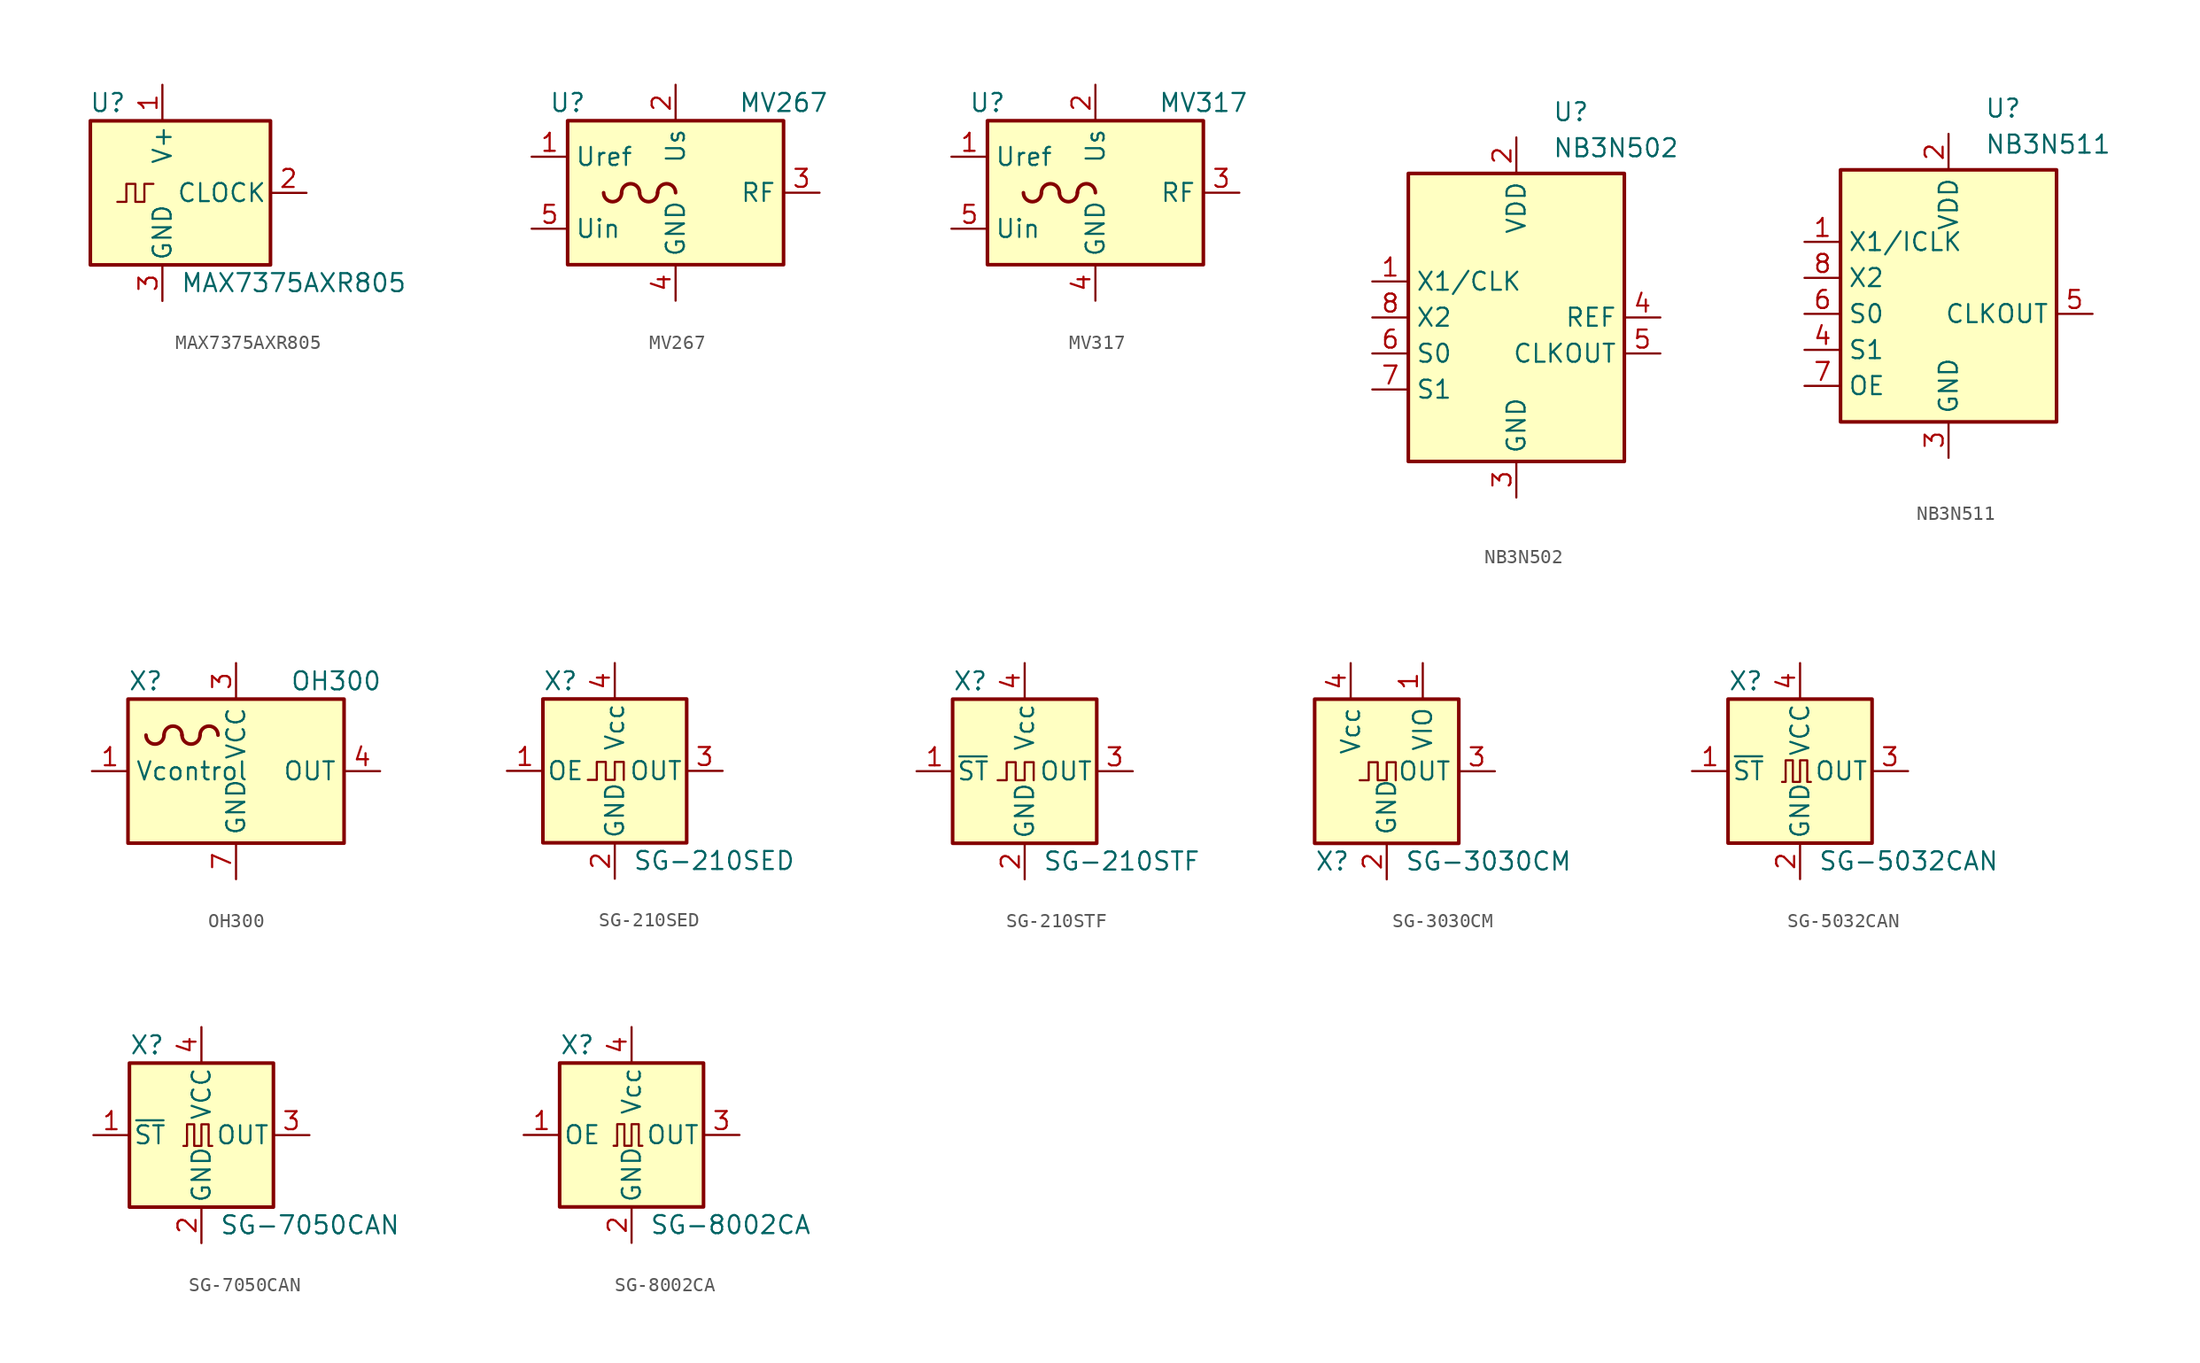
<source format=kicad_sym>
(kicad_symbol_lib
  (version 20241209)
  (generator "kicad_symbol_editor")
  (generator_version "9.0")
  (symbol "MAX7375AXR805"
    (pin_names
      (offset 0.254))
    (property "Reference" "U"
      (at -2.54 6.35 0)
      (effects (font (size 1.27 1.27)) (justify right)))
    (property "Value" "MAX7375AXR805"
      (at 1.27 -6.35 0)
      (effects (font (size 1.27 1.27)) (justify left)))
    (symbol "MAX7375AXR805_0_1"
      (rectangle (start -5.08 5.08) (end 7.62 -5.08) (stroke (width 0.254) (type default)) (fill (type background)))
      (polyline (pts (xy -3.175 -0.635) (xy -2.54 -0.635) (xy -2.54 0.635) (xy -1.905 0.635) (xy -1.905 -0.635) (xy -1.27 -0.635) (xy -1.27 0.635) (xy -0.635 0.635)) (stroke (width 0) (type default)) (fill (type none))))
    (symbol "MAX7375AXR805_1_1"
      (pin power_in line (at 0 7.62 270) (length 2.54) (name "V+" (effects (font (size 1.27 1.27)))) (number "1" (effects (font (size 1.27 1.27)))))
      (pin power_in line (at 0 -7.62 90) (length 2.54) (name "GND" (effects (font (size 1.27 1.27)))) (number "3" (effects (font (size 1.27 1.27)))))
      (pin output line (at 10.16 0 180) (length 2.54) (name "CLOCK" (effects (font (size 1.27 1.27)))) (number "2" (effects (font (size 1.27 1.27)))))))
  (symbol "MV267"
    (property "Reference" "U"
      (at -7.62 6.35 0)
      (effects (font (size 1.27 1.27))))
    (property "Value" "MV267"
      (at 7.62 6.35 0)
      (effects (font (size 1.27 1.27))))
    (symbol "MV267_0_1"
      (rectangle (start -7.62 5.08) (end 7.62 -5.08) (stroke (width 0.254) (type default)) (fill (type background)))
      (arc (start -3.81 0) (mid -4.445 -0.6323) (end -5.08 0) (stroke (width 0.254) (type default)) (fill (type none)))
      (arc (start -3.81 0) (mid -3.175 0.6323) (end -2.54 0) (stroke (width 0.254) (type default)) (fill (type none)))
      (arc (start -1.27 0) (mid -1.905 -0.6323) (end -2.54 0) (stroke (width 0.254) (type default)) (fill (type none)))
      (arc (start -1.27 0) (mid -0.635 0.6323) (end 0 0) (stroke (width 0.254) (type default)) (fill (type none))))
    (symbol "MV267_1_1"
      (pin output line (at -10.16 2.54 0) (length 2.54) (name "Uref" (effects (font (size 1.27 1.27)))) (number "1" (effects (font (size 1.27 1.27)))))
      (pin input line (at -10.16 -2.54 0) (length 2.54) (name "Uin" (effects (font (size 1.27 1.27)))) (number "5" (effects (font (size 1.27 1.27)))))
      (pin power_in line (at 0 7.62 270) (length 2.54) (name "Us" (effects (font (size 1.27 1.27)))) (number "2" (effects (font (size 1.27 1.27)))))
      (pin power_in line (at 0 -7.62 90) (length 2.54) (name "GND" (effects (font (size 1.27 1.27)))) (number "4" (effects (font (size 1.27 1.27)))))
      (pin output line (at 10.16 0 180) (length 2.54) (name "RF" (effects (font (size 1.27 1.27)))) (number "3" (effects (font (size 1.27 1.27)))))))
  (symbol "MV317"
    (property "Reference" "U"
      (at -7.62 6.35 0)
      (effects (font (size 1.27 1.27))))
    (property "Value" "MV317"
      (at 7.62 6.35 0)
      (effects (font (size 1.27 1.27))))
    (symbol "MV317_0_1"
      (rectangle (start -7.62 5.08) (end 7.62 -5.08) (stroke (width 0.254) (type default)) (fill (type background)))
      (arc (start -3.81 0) (mid -4.445 -0.6323) (end -5.08 0) (stroke (width 0.254) (type default)) (fill (type none)))
      (arc (start -3.81 0) (mid -3.175 0.6323) (end -2.54 0) (stroke (width 0.254) (type default)) (fill (type none)))
      (arc (start -1.27 0) (mid -1.905 -0.6323) (end -2.54 0) (stroke (width 0.254) (type default)) (fill (type none)))
      (arc (start -1.27 0) (mid -0.635 0.6323) (end 0 0) (stroke (width 0.254) (type default)) (fill (type none))))
    (symbol "MV317_1_1"
      (pin output line (at -10.16 2.54 0) (length 2.54) (name "Uref" (effects (font (size 1.27 1.27)))) (number "1" (effects (font (size 1.27 1.27)))))
      (pin input line (at -10.16 -2.54 0) (length 2.54) (name "Uin" (effects (font (size 1.27 1.27)))) (number "5" (effects (font (size 1.27 1.27)))))
      (pin power_in line (at 0 7.62 270) (length 2.54) (name "Us" (effects (font (size 1.27 1.27)))) (number "2" (effects (font (size 1.27 1.27)))))
      (pin power_in line (at 0 -7.62 90) (length 2.54) (name "GND" (effects (font (size 1.27 1.27)))) (number "4" (effects (font (size 1.27 1.27)))))
      (pin output line (at 10.16 0 180) (length 2.54) (name "RF" (effects (font (size 1.27 1.27)))) (number "3" (effects (font (size 1.27 1.27)))))))
  (symbol "NB3N502"
    (property "Reference" "U"
      (at 2.54 15.24 0)
      (effects (font (size 1.27 1.27)) (justify left top)))
    (property "Value" "NB3N502"
      (at 2.54 12.7 0)
      (effects (font (size 1.27 1.27)) (justify left top)))
    (symbol "NB3N502_0_1"
      (rectangle (start -7.62 10.16) (end 7.62 -10.16) (stroke (width 0.254) (type default)) (fill (type background))))
    (symbol "NB3N502_1_1"
      (pin input line (at -10.16 2.54 0) (length 2.54) (name "X1/CLK" (effects (font (size 1.27 1.27)))) (number "1" (effects (font (size 1.27 1.27)))))
      (pin output line (at -10.16 0 0) (length 2.54) (name "X2" (effects (font (size 1.27 1.27)))) (number "8" (effects (font (size 1.27 1.27)))))
      (pin input line (at -10.16 -2.54 0) (length 2.54) (name "S0" (effects (font (size 1.27 1.27)))) (number "6" (effects (font (size 1.27 1.27)))))
      (pin input line (at -10.16 -5.08 0) (length 2.54) (name "S1" (effects (font (size 1.27 1.27)))) (number "7" (effects (font (size 1.27 1.27)))))
      (pin power_in line (at 0 12.7 270) (length 2.54) (name "VDD" (effects (font (size 1.27 1.27)))) (number "2" (effects (font (size 1.27 1.27)))))
      (pin power_in line (at 0 -12.7 90) (length 2.54) (name "GND" (effects (font (size 1.27 1.27)))) (number "3" (effects (font (size 1.27 1.27)))))
      (pin output line (at 10.16 0 180) (length 2.54) (name "REF" (effects (font (size 1.27 1.27)))) (number "4" (effects (font (size 1.27 1.27)))))
      (pin output line (at 10.16 -2.54 180) (length 2.54) (name "CLKOUT" (effects (font (size 1.27 1.27)))) (number "5" (effects (font (size 1.27 1.27)))))))
  (symbol "NB3N511"
    (property "Reference" "U"
      (at 2.54 15.24 0)
      (effects (font (size 1.27 1.27)) (justify left top)))
    (property "Value" "NB3N511"
      (at 2.54 12.7 0)
      (effects (font (size 1.27 1.27)) (justify left top)))
    (symbol "NB3N511_0_1"
      (rectangle (start -7.62 10.16) (end 7.62 -7.62) (stroke (width 0.254) (type default)) (fill (type background))))
    (symbol "NB3N511_1_1"
      (pin input line (at -10.16 5.08 0) (length 2.54) (name "X1/ICLK" (effects (font (size 1.27 1.27)))) (number "1" (effects (font (size 1.27 1.27)))))
      (pin passive line (at -10.16 2.54 0) (length 2.54) (name "X2" (effects (font (size 1.27 1.27)))) (number "8" (effects (font (size 1.27 1.27)))))
      (pin input line (at -10.16 0 0) (length 2.54) (name "S0" (effects (font (size 1.27 1.27)))) (number "6" (effects (font (size 1.27 1.27)))))
      (pin input line (at -10.16 -2.54 0) (length 2.54) (name "S1" (effects (font (size 1.27 1.27)))) (number "4" (effects (font (size 1.27 1.27)))))
      (pin input line (at -10.16 -5.08 0) (length 2.54) (name "OE" (effects (font (size 1.27 1.27)))) (number "7" (effects (font (size 1.27 1.27)))))
      (pin power_in line (at 0 12.7 270) (length 2.54) (name "VDD" (effects (font (size 1.27 1.27)))) (number "2" (effects (font (size 1.27 1.27)))))
      (pin power_in line (at 0 -10.16 90) (length 2.54) (name "GND" (effects (font (size 1.27 1.27)))) (number "3" (effects (font (size 1.27 1.27)))))
      (pin output line (at 10.16 0 180) (length 2.54) (name "CLKOUT" (effects (font (size 1.27 1.27)))) (number "5" (effects (font (size 1.27 1.27)))))))
  (symbol "OH300"
    (property "Reference" "X"
      (at -7.62 6.35 0)
      (effects (font (size 1.27 1.27)) (justify left)))
    (property "Value" "OH300"
      (at 3.81 6.35 0)
      (effects (font (size 1.27 1.27)) (justify left)))
    (symbol "OH300_0_1"
      (rectangle (start -7.62 5.08) (end 7.62 -5.08) (stroke (width 0.254) (type default)) (fill (type background)))
      (arc (start -5.08 2.54) (mid -5.715 1.9077) (end -6.35 2.54) (stroke (width 0.254) (type default)) (fill (type none)))
      (arc (start -5.08 2.54) (mid -4.445 3.1723) (end -3.81 2.54) (stroke (width 0.254) (type default)) (fill (type none)))
      (arc (start -2.54 2.54) (mid -3.175 1.9077) (end -3.81 2.54) (stroke (width 0.254) (type default)) (fill (type none)))
      (arc (start -2.54 2.54) (mid -1.905 3.1723) (end -1.27 2.54) (stroke (width 0.254) (type default)) (fill (type none))))
    (symbol "OH300_1_1"
      (pin input line (at -10.16 0 0) (length 2.54) (name "Vcontrol" (effects (font (size 1.27 1.27)))) (number "1" (effects (font (size 1.27 1.27)))))
      (pin no_connect line (at -5.08 -5.08 90) (length 2.54) hide (name "NC" (effects (font (size 1.27 1.27)))) (number "6" (effects (font (size 1.27 1.27)))))
      (pin no_connect line (at -2.54 -5.08 90) (length 2.54) hide (name "NC" (effects (font (size 1.27 1.27)))) (number "5" (effects (font (size 1.27 1.27)))))
      (pin power_in line (at 0 7.62 270) (length 2.54) (name "VCC" (effects (font (size 1.27 1.27)))) (number "3" (effects (font (size 1.27 1.27)))))
      (pin power_in line (at 0 -7.62 90) (length 2.54) (name "GND" (effects (font (size 1.27 1.27)))) (number "7" (effects (font (size 1.27 1.27)))))
      (pin no_connect line (at 2.54 -5.08 90) (length 2.54) hide (name "NC" (effects (font (size 1.27 1.27)))) (number "2" (effects (font (size 1.27 1.27)))))
      (pin output line (at 10.16 0 180) (length 2.54) (name "OUT" (effects (font (size 1.27 1.27)))) (number "4" (effects (font (size 1.27 1.27)))))))
  (symbol "SG-210SED"
    (pin_names
      (offset 0.254))
    (property "Reference" "X"
      (at -5.08 6.35 0)
      (effects (font (size 1.27 1.27)) (justify left)))
    (property "Value" "SG-210SED"
      (at 1.27 -6.35 0)
      (effects (font (size 1.27 1.27)) (justify left)))
    (symbol "SG-210SED_0_1"
      (rectangle (start -5.08 5.08) (end 5.08 -5.08) (stroke (width 0.254) (type default)) (fill (type background)))
      (polyline (pts (xy -1.905 -0.635) (xy -1.27 -0.635) (xy -1.27 0.635) (xy -0.635 0.635) (xy -0.635 -0.635) (xy 0 -0.635) (xy 0 0.635) (xy 0.635 0.635) (xy 0.635 -0.635)) (stroke (width 0) (type default)) (fill (type none))))
    (symbol "SG-210SED_1_1"
      (pin input line (at -7.62 0 0) (length 2.54) (name "OE" (effects (font (size 1.27 1.27)))) (number "1" (effects (font (size 1.27 1.27)))))
      (pin power_in line (at 0 7.62 270) (length 2.54) (name "Vcc" (effects (font (size 1.27 1.27)))) (number "4" (effects (font (size 1.27 1.27)))))
      (pin power_in line (at 0 -7.62 90) (length 2.54) (name "GND" (effects (font (size 1.27 1.27)))) (number "2" (effects (font (size 1.27 1.27)))))
      (pin output line (at 7.62 0 180) (length 2.54) (name "OUT" (effects (font (size 1.27 1.27)))) (number "3" (effects (font (size 1.27 1.27)))))))
  (symbol "SG-210STF"
    (pin_names
      (offset 0.254))
    (property "Reference" "X"
      (at -5.08 6.35 0)
      (effects (font (size 1.27 1.27)) (justify left)))
    (property "Value" "SG-210STF"
      (at 1.27 -6.35 0)
      (effects (font (size 1.27 1.27)) (justify left)))
    (symbol "SG-210STF_0_1"
      (rectangle (start -5.08 5.08) (end 5.08 -5.08) (stroke (width 0.254) (type default)) (fill (type background)))
      (polyline (pts (xy -1.905 -0.635) (xy -1.27 -0.635) (xy -1.27 0.635) (xy -0.635 0.635) (xy -0.635 -0.635) (xy 0 -0.635) (xy 0 0.635) (xy 0.635 0.635) (xy 0.635 -0.635)) (stroke (width 0) (type default)) (fill (type none))))
    (symbol "SG-210STF_1_1"
      (pin input line (at -7.62 0 0) (length 2.54) (name "~{ST}" (effects (font (size 1.27 1.27)))) (number "1" (effects (font (size 1.27 1.27)))))
      (pin power_in line (at 0 7.62 270) (length 2.54) (name "Vcc" (effects (font (size 1.27 1.27)))) (number "4" (effects (font (size 1.27 1.27)))))
      (pin power_in line (at 0 -7.62 90) (length 2.54) (name "GND" (effects (font (size 1.27 1.27)))) (number "2" (effects (font (size 1.27 1.27)))))
      (pin output line (at 7.62 0 180) (length 2.54) (name "OUT" (effects (font (size 1.27 1.27)))) (number "3" (effects (font (size 1.27 1.27)))))))
  (symbol "SG-3030CM"
    (property "Reference" "X"
      (at -5.08 -6.35 0)
      (effects (font (size 1.27 1.27)) (justify left)))
    (property "Value" "SG-3030CM"
      (at 1.27 -6.35 0)
      (effects (font (size 1.27 1.27)) (justify left)))
    (symbol "SG-3030CM_0_1"
      (rectangle (start -5.08 5.08) (end 5.08 -5.08) (stroke (width 0.254) (type default)) (fill (type background)))
      (polyline (pts (xy -1.905 -0.635) (xy -1.27 -0.635) (xy -1.27 0.635) (xy -0.635 0.635) (xy -0.635 -0.635) (xy 0 -0.635) (xy 0 0.635) (xy 0.635 0.635) (xy 0.635 -0.635)) (stroke (width 0) (type default)) (fill (type none))))
    (symbol "SG-3030CM_1_1"
      (pin power_in line (at -2.54 7.62 270) (length 2.54) (name "Vcc" (effects (font (size 1.27 1.27)))) (number "4" (effects (font (size 1.27 1.27)))))
      (pin power_in line (at 0 -7.62 90) (length 2.54) (name "GND" (effects (font (size 1.27 1.27)))) (number "2" (effects (font (size 1.27 1.27)))))
      (pin power_in line (at 2.54 7.62 270) (length 2.54) (name "VIO" (effects (font (size 1.27 1.27)))) (number "1" (effects (font (size 1.27 1.27)))))
      (pin output line (at 7.62 0 180) (length 2.54) (name "OUT" (effects (font (size 1.27 1.27)))) (number "3" (effects (font (size 1.27 1.27)))))))
  (symbol "SG-5032CAN"
    (pin_names
      (offset 0.254))
    (property "Reference" "X"
      (at -5.08 6.35 0)
      (effects (font (size 1.27 1.27)) (justify left)))
    (property "Value" "SG-5032CAN"
      (at 1.27 -6.35 0)
      (effects (font (size 1.27 1.27)) (justify left)))
    (symbol "SG-5032CAN_0_1"
      (rectangle (start -5.08 5.08) (end 5.08 -5.08) (stroke (width 0.254) (type default)) (fill (type background)))
      (polyline (pts (xy -1.27 -0.762) (xy -1.016 -0.762) (xy -1.016 0.762) (xy -0.508 0.762) (xy -0.508 -0.762) (xy 0 -0.762) (xy 0 0.762) (xy 0.508 0.762) (xy 0.508 -0.762) (xy 0.762 -0.762)) (stroke (width 0) (type default)) (fill (type none))))
    (symbol "SG-5032CAN_1_1"
      (pin input line (at -7.62 0 0) (length 2.54) (name "~{ST}" (effects (font (size 1.27 1.27)))) (number "1" (effects (font (size 1.27 1.27)))))
      (pin power_in line (at 0 7.62 270) (length 2.54) (name "VCC" (effects (font (size 1.27 1.27)))) (number "4" (effects (font (size 1.27 1.27)))))
      (pin power_in line (at 0 -7.62 90) (length 2.54) (name "GND" (effects (font (size 1.27 1.27)))) (number "2" (effects (font (size 1.27 1.27)))))
      (pin output line (at 7.62 0 180) (length 2.54) (name "OUT" (effects (font (size 1.27 1.27)))) (number "3" (effects (font (size 1.27 1.27)))))))
  (symbol "SG-7050CAN"
    (pin_names
      (offset 0.254))
    (property "Reference" "X"
      (at -5.08 6.35 0)
      (effects (font (size 1.27 1.27)) (justify left)))
    (property "Value" "SG-7050CAN"
      (at 1.27 -6.35 0)
      (effects (font (size 1.27 1.27)) (justify left)))
    (symbol "SG-7050CAN_0_1"
      (rectangle (start -5.08 5.08) (end 5.08 -5.08) (stroke (width 0.254) (type default)) (fill (type background)))
      (polyline (pts (xy -1.27 -0.762) (xy -1.016 -0.762) (xy -1.016 0.762) (xy -0.508 0.762) (xy -0.508 -0.762) (xy 0 -0.762) (xy 0 0.762) (xy 0.508 0.762) (xy 0.508 -0.762) (xy 0.762 -0.762)) (stroke (width 0) (type default)) (fill (type none))))
    (symbol "SG-7050CAN_1_1"
      (pin input line (at -7.62 0 0) (length 2.54) (name "~{ST}" (effects (font (size 1.27 1.27)))) (number "1" (effects (font (size 1.27 1.27)))))
      (pin power_in line (at 0 7.62 270) (length 2.54) (name "VCC" (effects (font (size 1.27 1.27)))) (number "4" (effects (font (size 1.27 1.27)))))
      (pin power_in line (at 0 -7.62 90) (length 2.54) (name "GND" (effects (font (size 1.27 1.27)))) (number "2" (effects (font (size 1.27 1.27)))))
      (pin output line (at 7.62 0 180) (length 2.54) (name "OUT" (effects (font (size 1.27 1.27)))) (number "3" (effects (font (size 1.27 1.27)))))))
  (symbol "SG-8002CA"
    (pin_names
      (offset 0.254))
    (property "Reference" "X"
      (at -5.08 6.35 0)
      (effects (font (size 1.27 1.27)) (justify left)))
    (property "Value" "SG-8002CA"
      (at 1.27 -6.35 0)
      (effects (font (size 1.27 1.27)) (justify left)))
    (symbol "SG-8002CA_0_1"
      (rectangle (start -5.08 5.08) (end 5.08 -5.08) (stroke (width 0.254) (type default)) (fill (type background)))
      (polyline (pts (xy -1.27 -0.762) (xy -1.016 -0.762) (xy -1.016 0.762) (xy -0.508 0.762) (xy -0.508 -0.762) (xy 0 -0.762) (xy 0 0.762) (xy 0.508 0.762) (xy 0.508 -0.762) (xy 0.762 -0.762)) (stroke (width 0) (type default)) (fill (type none))))
    (symbol "SG-8002CA_1_1"
      (pin input line (at -7.62 0 0) (length 2.54) (name "OE" (effects (font (size 1.27 1.27)))) (number "1" (effects (font (size 1.27 1.27)))))
      (pin power_in line (at 0 7.62 270) (length 2.54) (name "Vcc" (effects (font (size 1.27 1.27)))) (number "4" (effects (font (size 1.27 1.27)))))
      (pin power_in line (at 0 -7.62 90) (length 2.54) (name "GND" (effects (font (size 1.27 1.27)))) (number "2" (effects (font (size 1.27 1.27)))))
      (pin output line (at 7.62 0 180) (length 2.54) (name "OUT" (effects (font (size 1.27 1.27)))) (number "3" (effects (font (size 1.27 1.27))))))))
</source>
